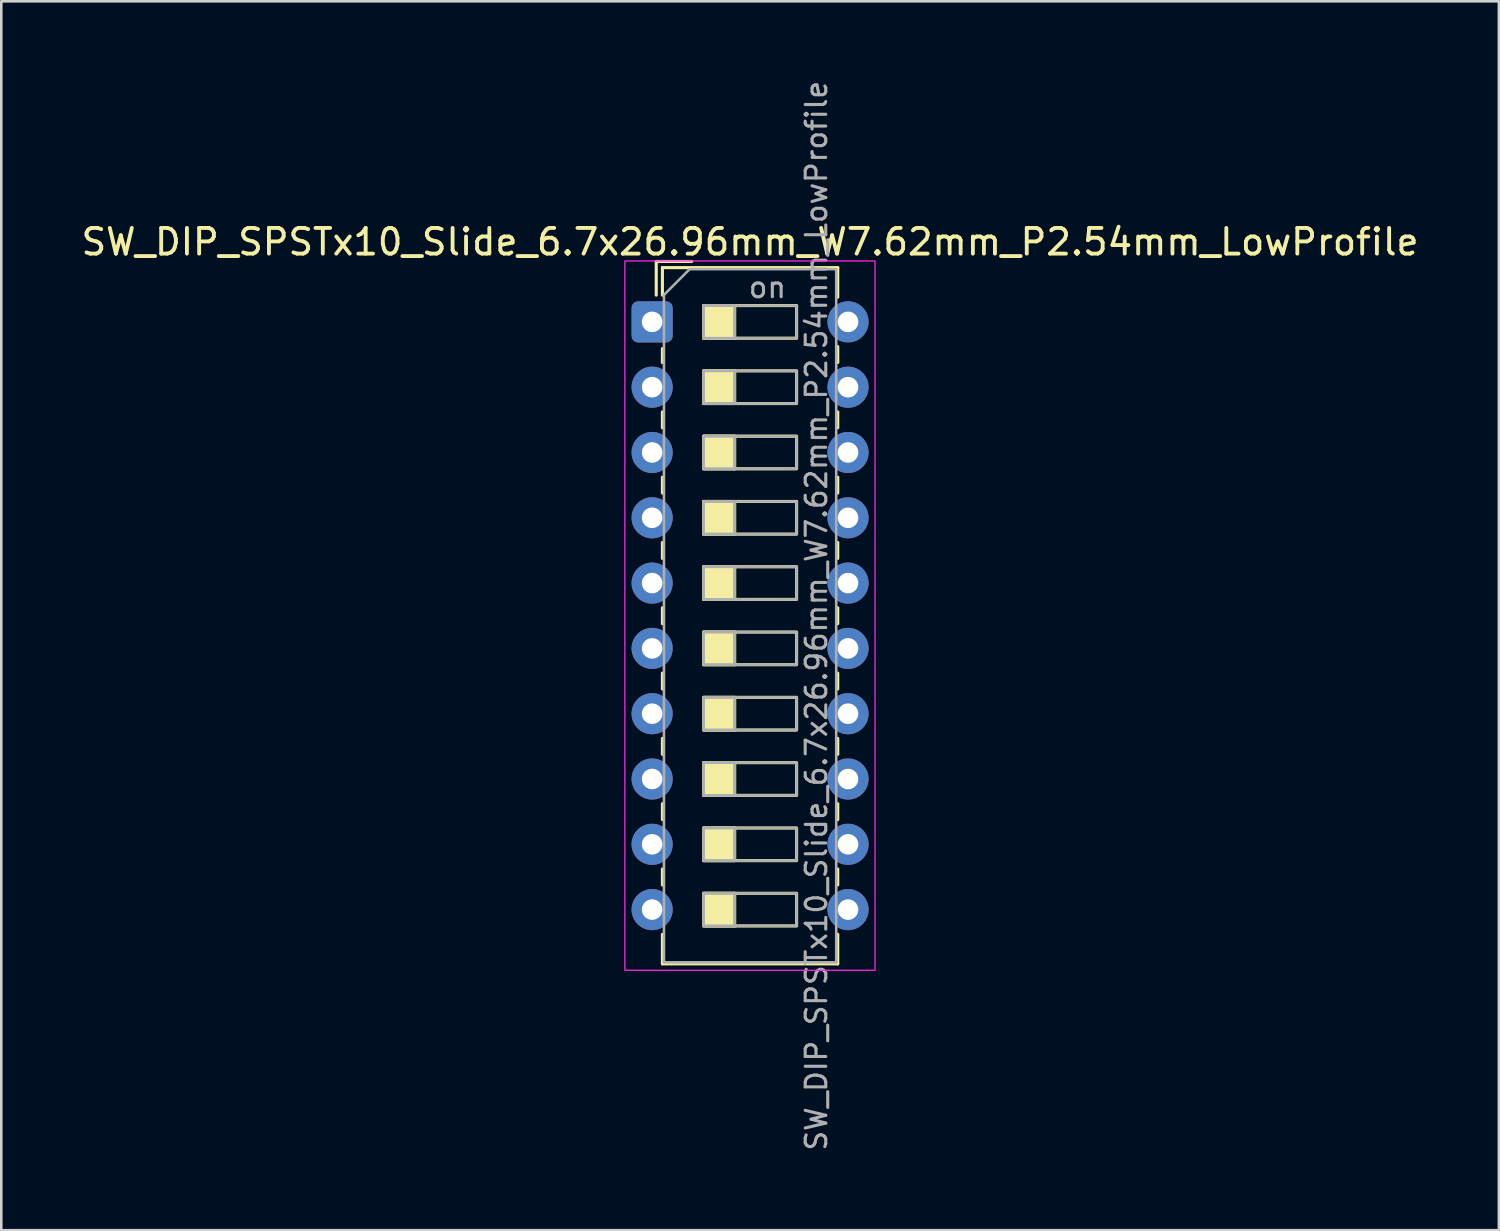
<source format=kicad_pcb>
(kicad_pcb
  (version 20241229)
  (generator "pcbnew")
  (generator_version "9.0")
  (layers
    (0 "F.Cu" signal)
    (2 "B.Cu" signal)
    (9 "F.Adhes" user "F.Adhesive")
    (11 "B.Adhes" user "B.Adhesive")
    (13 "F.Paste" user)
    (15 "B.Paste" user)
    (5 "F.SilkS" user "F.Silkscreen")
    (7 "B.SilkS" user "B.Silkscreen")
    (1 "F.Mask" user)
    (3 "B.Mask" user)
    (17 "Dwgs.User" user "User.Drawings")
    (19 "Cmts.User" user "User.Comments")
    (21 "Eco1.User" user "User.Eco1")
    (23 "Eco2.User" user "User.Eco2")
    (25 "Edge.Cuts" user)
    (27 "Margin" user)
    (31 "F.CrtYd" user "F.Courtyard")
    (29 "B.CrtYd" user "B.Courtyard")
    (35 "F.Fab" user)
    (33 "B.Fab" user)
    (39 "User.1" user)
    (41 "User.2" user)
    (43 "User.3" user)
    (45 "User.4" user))
  (footprint "SW_DIP_SPSTx10_Slide_6.7x26.96mm_W7.62mm_P2.54mm_LowProfile"
    (layer "F.Cu")
    (at 22.315 9.47)
    (property "Reference" "SW_DIP_SPSTx10_Slide_6.7x26.96mm_W7.62mm_P2.54mm_LowProfile" (at 3.81 -3.11 0) (layer "F.SilkS") (effects (font (size 1 1) (thickness 0.15))))
    (attr through_hole)
    (fp_line (start 0.16 -2.35) (end 0.16 -1.04) (stroke (width 0.12) (type solid)) (layer "F.SilkS"))
    (fp_line (start 0.16 -2.35) (end 1.543 -2.35) (stroke (width 0.12) (type solid)) (layer "F.SilkS"))
    (fp_line (start 0.4 -2.11) (end 0.4 -1.04) (stroke (width 0.12) (type solid)) (layer "F.SilkS"))
    (fp_line (start 0.4 -2.11) (end 7.22 -2.11) (stroke (width 0.12) (type solid)) (layer "F.SilkS"))
    (fp_line (start 0.4 1.04) (end 0.4 1.58) (stroke (width 0.12) (type solid)) (layer "F.SilkS"))
    (fp_line (start 0.4 3.5) (end 0.4 4.12) (stroke (width 0.12) (type solid)) (layer "F.SilkS"))
    (fp_line (start 0.4 6.04) (end 0.4 6.66) (stroke (width 0.12) (type solid)) (layer "F.SilkS"))
    (fp_line (start 0.4 8.58) (end 0.4 9.2) (stroke (width 0.12) (type solid)) (layer "F.SilkS"))
    (fp_line (start 0.4 11.12) (end 0.4 11.74) (stroke (width 0.12) (type solid)) (layer "F.SilkS"))
    (fp_line (start 0.4 13.66) (end 0.4 14.28) (stroke (width 0.12) (type solid)) (layer "F.SilkS"))
    (fp_line (start 0.4 16.2) (end 0.4 16.82) (stroke (width 0.12) (type solid)) (layer "F.SilkS"))
    (fp_line (start 0.4 18.74) (end 0.4 19.36) (stroke (width 0.12) (type solid)) (layer "F.SilkS"))
    (fp_line (start 0.4 21.28) (end 0.4 21.9) (stroke (width 0.12) (type solid)) (layer "F.SilkS"))
    (fp_line (start 0.4 23.82) (end 0.4 24.97) (stroke (width 0.12) (type solid)) (layer "F.SilkS"))
    (fp_line (start 0.4 24.97) (end 7.22 24.97) (stroke (width 0.12) (type solid)) (layer "F.SilkS"))
    (fp_line (start 3.207 -0.635) (end 3.207 0.635) (stroke (width 0.12) (type solid)) (layer "F.SilkS"))
    (fp_line (start 3.207 1.905) (end 3.207 3.175) (stroke (width 0.12) (type solid)) (layer "F.SilkS"))
    (fp_line (start 3.207 4.445) (end 3.207 5.715) (stroke (width 0.12) (type solid)) (layer "F.SilkS"))
    (fp_line (start 3.207 6.985) (end 3.207 8.255) (stroke (width 0.12) (type solid)) (layer "F.SilkS"))
    (fp_line (start 3.207 9.525) (end 3.207 10.795) (stroke (width 0.12) (type solid)) (layer "F.SilkS"))
    (fp_line (start 3.207 12.065) (end 3.207 13.335) (stroke (width 0.12) (type solid)) (layer "F.SilkS"))
    (fp_line (start 3.207 14.605) (end 3.207 15.875) (stroke (width 0.12) (type solid)) (layer "F.SilkS"))
    (fp_line (start 3.207 17.145) (end 3.207 18.415) (stroke (width 0.12) (type solid)) (layer "F.SilkS"))
    (fp_line (start 3.207 19.685) (end 3.207 20.955) (stroke (width 0.12) (type solid)) (layer "F.SilkS"))
    (fp_line (start 3.207 22.225) (end 3.207 23.495) (stroke (width 0.12) (type solid)) (layer "F.SilkS"))
    (fp_line (start 7.22 -2.11) (end 7.22 -0.96) (stroke (width 0.12) (type solid)) (layer "F.SilkS"))
    (fp_line (start 7.22 0.96) (end 7.22 1.58) (stroke (width 0.12) (type solid)) (layer "F.SilkS"))
    (fp_line (start 7.22 3.5) (end 7.22 4.12) (stroke (width 0.12) (type solid)) (layer "F.SilkS"))
    (fp_line (start 7.22 6.04) (end 7.22 6.66) (stroke (width 0.12) (type solid)) (layer "F.SilkS"))
    (fp_line (start 7.22 8.58) (end 7.22 9.2) (stroke (width 0.12) (type solid)) (layer "F.SilkS"))
    (fp_line (start 7.22 11.12) (end 7.22 11.74) (stroke (width 0.12) (type solid)) (layer "F.SilkS"))
    (fp_line (start 7.22 13.66) (end 7.22 14.28) (stroke (width 0.12) (type solid)) (layer "F.SilkS"))
    (fp_line (start 7.22 16.2) (end 7.22 16.82) (stroke (width 0.12) (type solid)) (layer "F.SilkS"))
    (fp_line (start 7.22 18.74) (end 7.22 19.36) (stroke (width 0.12) (type solid)) (layer "F.SilkS"))
    (fp_line (start 7.22 21.28) (end 7.22 21.9) (stroke (width 0.12) (type solid)) (layer "F.SilkS"))
    (fp_line (start 7.22 23.82) (end 7.22 24.97) (stroke (width 0.12) (type solid)) (layer "F.SilkS"))
    (fp_rect (start 2 -0.635) (end 3.207 0.635) (stroke (width 0.12) (type solid)) (fill yes) (layer "F.SilkS"))
    (fp_rect (start 2 -0.635) (end 5.62 0.635) (stroke (width 0.12) (type solid)) (fill no) (layer "F.SilkS"))
    (fp_rect (start 2 1.905) (end 3.207 3.175) (stroke (width 0.12) (type solid)) (fill yes) (layer "F.SilkS"))
    (fp_rect (start 2 1.905) (end 5.62 3.175) (stroke (width 0.12) (type solid)) (fill no) (layer "F.SilkS"))
    (fp_rect (start 2 4.445) (end 3.207 5.715) (stroke (width 0.12) (type solid)) (fill yes) (layer "F.SilkS"))
    (fp_rect (start 2 4.445) (end 5.62 5.715) (stroke (width 0.12) (type solid)) (fill no) (layer "F.SilkS"))
    (fp_rect (start 2 6.985) (end 3.207 8.255) (stroke (width 0.12) (type solid)) (fill yes) (layer "F.SilkS"))
    (fp_rect (start 2 6.985) (end 5.62 8.255) (stroke (width 0.12) (type solid)) (fill no) (layer "F.SilkS"))
    (fp_rect (start 2 9.525) (end 3.207 10.795) (stroke (width 0.12) (type solid)) (fill yes) (layer "F.SilkS"))
    (fp_rect (start 2 9.525) (end 5.62 10.795) (stroke (width 0.12) (type solid)) (fill no) (layer "F.SilkS"))
    (fp_rect (start 2 12.065) (end 3.207 13.335) (stroke (width 0.12) (type solid)) (fill yes) (layer "F.SilkS"))
    (fp_rect (start 2 12.065) (end 5.62 13.335) (stroke (width 0.12) (type solid)) (fill no) (layer "F.SilkS"))
    (fp_rect (start 2 14.605) (end 3.207 15.875) (stroke (width 0.12) (type solid)) (fill yes) (layer "F.SilkS"))
    (fp_rect (start 2 14.605) (end 5.62 15.875) (stroke (width 0.12) (type solid)) (fill no) (layer "F.SilkS"))
    (fp_rect (start 2 17.145) (end 3.207 18.415) (stroke (width 0.12) (type solid)) (fill yes) (layer "F.SilkS"))
    (fp_rect (start 2 17.145) (end 5.62 18.415) (stroke (width 0.12) (type solid)) (fill no) (layer "F.SilkS"))
    (fp_rect (start 2 19.685) (end 3.207 20.955) (stroke (width 0.12) (type solid)) (fill yes) (layer "F.SilkS"))
    (fp_rect (start 2 19.685) (end 5.62 20.955) (stroke (width 0.12) (type solid)) (fill no) (layer "F.SilkS"))
    (fp_rect (start 2 22.225) (end 3.207 23.495) (stroke (width 0.12) (type solid)) (fill yes) (layer "F.SilkS"))
    (fp_rect (start 2 22.225) (end 5.62 23.495) (stroke (width 0.12) (type solid)) (fill no) (layer "F.SilkS"))
    (fp_rect (start -1.06 -2.37) (end 8.67 25.22) (stroke (width 0.05) (type solid)) (fill no) (layer "F.CrtYd"))
    (fp_line (start 0.46 -1.05) (end 1.46 -2.05) (stroke (width 0.1) (type solid)) (layer "F.Fab"))
    (fp_line (start 0.46 24.91) (end 0.46 -1.05) (stroke (width 0.1) (type solid)) (layer "F.Fab"))
    (fp_line (start 1.46 -2.05) (end 7.16 -2.05) (stroke (width 0.1) (type solid)) (layer "F.Fab"))
    (fp_line (start 3.207 -0.635) (end 3.207 0.635) (stroke (width 0.1) (type solid)) (layer "F.Fab"))
    (fp_line (start 3.207 1.905) (end 3.207 3.175) (stroke (width 0.1) (type solid)) (layer "F.Fab"))
    (fp_line (start 3.207 4.445) (end 3.207 5.715) (stroke (width 0.1) (type solid)) (layer "F.Fab"))
    (fp_line (start 3.207 6.985) (end 3.207 8.255) (stroke (width 0.1) (type solid)) (layer "F.Fab"))
    (fp_line (start 3.207 9.525) (end 3.207 10.795) (stroke (width 0.1) (type solid)) (layer "F.Fab"))
    (fp_line (start 3.207 12.065) (end 3.207 13.335) (stroke (width 0.1) (type solid)) (layer "F.Fab"))
    (fp_line (start 3.207 14.605) (end 3.207 15.875) (stroke (width 0.1) (type solid)) (layer "F.Fab"))
    (fp_line (start 3.207 17.145) (end 3.207 18.415) (stroke (width 0.1) (type solid)) (layer "F.Fab"))
    (fp_line (start 3.207 19.685) (end 3.207 20.955) (stroke (width 0.1) (type solid)) (layer "F.Fab"))
    (fp_line (start 3.207 22.225) (end 3.207 23.495) (stroke (width 0.1) (type solid)) (layer "F.Fab"))
    (fp_line (start 7.16 -2.05) (end 7.16 24.91) (stroke (width 0.1) (type solid)) (layer "F.Fab"))
    (fp_line (start 7.16 24.91) (end 0.46 24.91) (stroke (width 0.1) (type solid)) (layer "F.Fab"))
    (fp_rect (start 2 -0.635) (end 3.207 0.635) (stroke (width 0.1) (type solid)) (fill no) (layer "F.Fab"))
    (fp_rect (start 2 -0.635) (end 5.62 0.635) (stroke (width 0.1) (type solid)) (fill no) (layer "F.Fab"))
    (fp_rect (start 2 1.905) (end 3.207 3.175) (stroke (width 0.1) (type solid)) (fill no) (layer "F.Fab"))
    (fp_rect (start 2 1.905) (end 5.62 3.175) (stroke (width 0.1) (type solid)) (fill no) (layer "F.Fab"))
    (fp_rect (start 2 4.445) (end 3.207 5.715) (stroke (width 0.1) (type solid)) (fill no) (layer "F.Fab"))
    (fp_rect (start 2 4.445) (end 5.62 5.715) (stroke (width 0.1) (type solid)) (fill no) (layer "F.Fab"))
    (fp_rect (start 2 6.985) (end 3.207 8.255) (stroke (width 0.1) (type solid)) (fill no) (layer "F.Fab"))
    (fp_rect (start 2 6.985) (end 5.62 8.255) (stroke (width 0.1) (type solid)) (fill no) (layer "F.Fab"))
    (fp_rect (start 2 9.525) (end 3.207 10.795) (stroke (width 0.1) (type solid)) (fill no) (layer "F.Fab"))
    (fp_rect (start 2 9.525) (end 5.62 10.795) (stroke (width 0.1) (type solid)) (fill no) (layer "F.Fab"))
    (fp_rect (start 2 12.065) (end 3.207 13.335) (stroke (width 0.1) (type solid)) (fill no) (layer "F.Fab"))
    (fp_rect (start 2 12.065) (end 5.62 13.335) (stroke (width 0.1) (type solid)) (fill no) (layer "F.Fab"))
    (fp_rect (start 2 14.605) (end 3.207 15.875) (stroke (width 0.1) (type solid)) (fill no) (layer "F.Fab"))
    (fp_rect (start 2 14.605) (end 5.62 15.875) (stroke (width 0.1) (type solid)) (fill no) (layer "F.Fab"))
    (fp_rect (start 2 17.145) (end 3.207 18.415) (stroke (width 0.1) (type solid)) (fill no) (layer "F.Fab"))
    (fp_rect (start 2 17.145) (end 5.62 18.415) (stroke (width 0.1) (type solid)) (fill no) (layer "F.Fab"))
    (fp_rect (start 2 19.685) (end 3.207 20.955) (stroke (width 0.1) (type solid)) (fill no) (layer "F.Fab"))
    (fp_rect (start 2 19.685) (end 5.62 20.955) (stroke (width 0.1) (type solid)) (fill no) (layer "F.Fab"))
    (fp_rect (start 2 22.225) (end 3.207 23.495) (stroke (width 0.1) (type solid)) (fill no) (layer "F.Fab"))
    (fp_rect (start 2 22.225) (end 5.62 23.495) (stroke (width 0.1) (type solid)) (fill no) (layer "F.Fab"))
    (fp_text user "on" (at 4.485 -1.343 0) (layer "F.Fab") (effects (font (size 0.8 0.8) (thickness 0.12))))
    (fp_text user "${REFERENCE}" (at 6.39 11.43 90) (layer "F.Fab") (effects (font (size 0.8 0.8) (thickness 0.12))))
    (pad "1" thru_hole roundrect (at 0 0) (size 1.6 1.6) (drill 0.8) (layers "*.Cu" "*.Mask") (roundrect_rratio 0.156))
    (pad "2" thru_hole circle (at 0 2.54) (size 1.6 1.6) (drill 0.8) (layers "*.Cu" "*.Mask"))
    (pad "3" thru_hole circle (at 0 5.08) (size 1.6 1.6) (drill 0.8) (layers "*.Cu" "*.Mask"))
    (pad "4" thru_hole circle (at 0 7.62) (size 1.6 1.6) (drill 0.8) (layers "*.Cu" "*.Mask"))
    (pad "5" thru_hole circle (at 0 10.16) (size 1.6 1.6) (drill 0.8) (layers "*.Cu" "*.Mask"))
    (pad "6" thru_hole circle (at 0 12.7) (size 1.6 1.6) (drill 0.8) (layers "*.Cu" "*.Mask"))
    (pad "7" thru_hole circle (at 0 15.24) (size 1.6 1.6) (drill 0.8) (layers "*.Cu" "*.Mask"))
    (pad "8" thru_hole circle (at 0 17.78) (size 1.6 1.6) (drill 0.8) (layers "*.Cu" "*.Mask"))
    (pad "9" thru_hole circle (at 0 20.32) (size 1.6 1.6) (drill 0.8) (layers "*.Cu" "*.Mask"))
    (pad "10" thru_hole circle (at 0 22.86) (size 1.6 1.6) (drill 0.8) (layers "*.Cu" "*.Mask"))
    (pad "11" thru_hole circle (at 7.62 22.86) (size 1.6 1.6) (drill 0.8) (layers "*.Cu" "*.Mask"))
    (pad "12" thru_hole circle (at 7.62 20.32) (size 1.6 1.6) (drill 0.8) (layers "*.Cu" "*.Mask"))
    (pad "13" thru_hole circle (at 7.62 17.78) (size 1.6 1.6) (drill 0.8) (layers "*.Cu" "*.Mask"))
    (pad "14" thru_hole circle (at 7.62 15.24) (size 1.6 1.6) (drill 0.8) (layers "*.Cu" "*.Mask"))
    (pad "15" thru_hole circle (at 7.62 12.7) (size 1.6 1.6) (drill 0.8) (layers "*.Cu" "*.Mask"))
    (pad "16" thru_hole circle (at 7.62 10.16) (size 1.6 1.6) (drill 0.8) (layers "*.Cu" "*.Mask"))
    (pad "17" thru_hole circle (at 7.62 7.62) (size 1.6 1.6) (drill 0.8) (layers "*.Cu" "*.Mask"))
    (pad "18" thru_hole circle (at 7.62 5.08) (size 1.6 1.6) (drill 0.8) (layers "*.Cu" "*.Mask"))
    (pad "19" thru_hole circle (at 7.62 2.54) (size 1.6 1.6) (drill 0.8) (layers "*.Cu" "*.Mask"))
    (pad "20" thru_hole circle (at 7.62 0) (size 1.6 1.6) (drill 0.8) (layers "*.Cu" "*.Mask")))
  (gr_rect
    (start -3 -3)
    (end 55.25 44.8)
    (stroke (width 0.1) (type default))
    (fill no)
    (layer "Edge.Cuts")))
</source>
